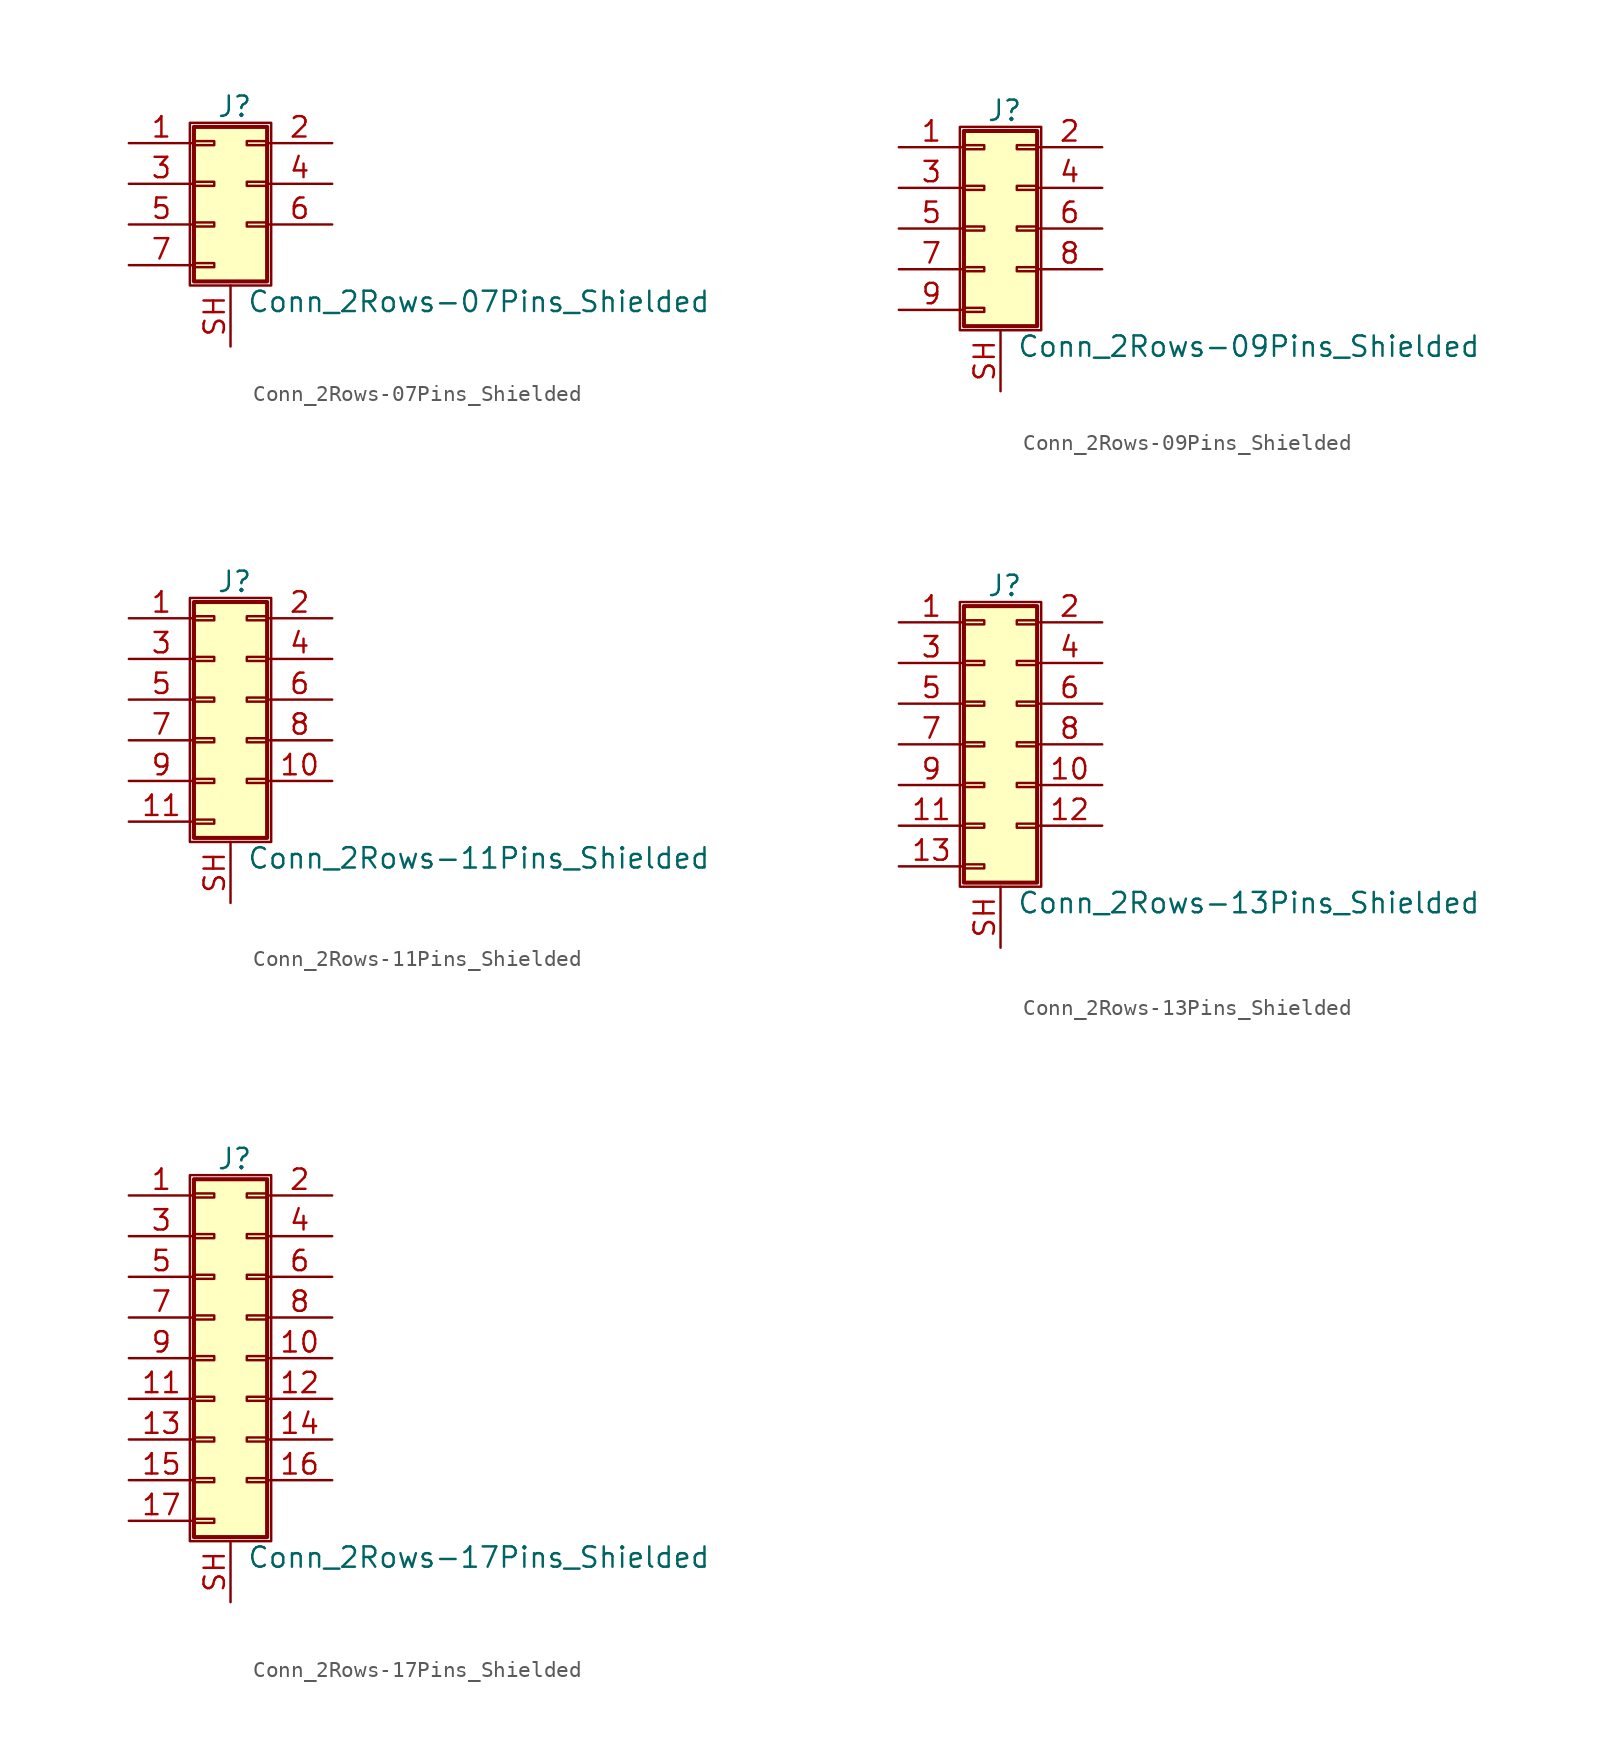
<source format=kicad_sym>
(kicad_symbol_lib
  (version 20220914)
  (generator kicad_symbol_editor)
  (symbol "Conn_2Rows-07Pins_Shielded"
    (pin_names
      (offset 1.016) hide)
    (property "Reference" "J"
      (at 1.524 4.826 0)
      (effects (font (size 1.27 1.27))))
    (property "Value" "Conn_2Rows-07Pins_Shielded"
      (at 2.286 -7.366 0)
      (effects (font (size 1.27 1.27)) (justify left)))
    (symbol "Conn_2Rows-07Pins_Shielded_1_1"
      (rectangle (start -1.27 3.81) (end 3.81 -6.35) (stroke (width 0.152) (type default)) (fill (type none)))
      (rectangle (start -1.016 -4.953) (end 0.254 -5.207) (stroke (width 0.152) (type default)) (fill (type none)))
      (rectangle (start -1.016 -2.413) (end 0.254 -2.667) (stroke (width 0.152) (type default)) (fill (type none)))
      (rectangle (start -1.016 0.127) (end 0.254 -0.127) (stroke (width 0.152) (type default)) (fill (type none)))
      (rectangle (start -1.016 2.667) (end 0.254 2.413) (stroke (width 0.152) (type default)) (fill (type none)))
      (rectangle (start -1.016 3.556) (end 3.556 -6.096) (stroke (width 0.254) (type default)) (fill (type background)))
      (rectangle (start 3.556 -2.413) (end 2.286 -2.667) (stroke (width 0.152) (type default)) (fill (type none)))
      (rectangle (start 3.556 0.127) (end 2.286 -0.127) (stroke (width 0.152) (type default)) (fill (type none)))
      (rectangle (start 3.556 2.667) (end 2.286 2.413) (stroke (width 0.152) (type default)) (fill (type none)))
      (pin passive line (at -5.08 2.54 0) (length 4.064) (name "Pin_1" (effects (font (size 1.27 1.27)))) (number "1" (effects (font (size 1.27 1.27)))))
      (pin passive line (at 7.62 2.54 180) (length 4.064) (name "Pin_2" (effects (font (size 1.27 1.27)))) (number "2" (effects (font (size 1.27 1.27)))))
      (pin passive line (at -5.08 0 0) (length 4.064) (name "Pin_3" (effects (font (size 1.27 1.27)))) (number "3" (effects (font (size 1.27 1.27)))))
      (pin passive line (at 7.62 0 180) (length 4.064) (name "Pin_4" (effects (font (size 1.27 1.27)))) (number "4" (effects (font (size 1.27 1.27)))))
      (pin passive line (at -5.08 -2.54 0) (length 4.064) (name "Pin_5" (effects (font (size 1.27 1.27)))) (number "5" (effects (font (size 1.27 1.27)))))
      (pin passive line (at 7.62 -2.54 180) (length 4.064) (name "Pin_6" (effects (font (size 1.27 1.27)))) (number "6" (effects (font (size 1.27 1.27)))))
      (pin passive line (at -5.08 -5.08 0) (length 4.064) (name "Pin_7" (effects (font (size 1.27 1.27)))) (number "7" (effects (font (size 1.27 1.27)))))
      (pin passive line (at 1.27 -10.16 90) (length 3.81) (name "Shield" (effects (font (size 1.27 1.27)))) (number "SH" (effects (font (size 1.27 1.27)))))))
  (symbol "Conn_2Rows-09Pins_Shielded"
    (pin_names
      (offset 1.016) hide)
    (property "Reference" "J"
      (at 1.524 7.366 0)
      (effects (font (size 1.27 1.27))))
    (property "Value" "Conn_2Rows-09Pins_Shielded"
      (at 2.286 -7.366 0)
      (effects (font (size 1.27 1.27)) (justify left)))
    (symbol "Conn_2Rows-09Pins_Shielded_1_1"
      (rectangle (start -1.27 6.35) (end 3.81 -6.35) (stroke (width 0.152) (type default)) (fill (type none)))
      (rectangle (start -1.016 -4.953) (end 0.254 -5.207) (stroke (width 0.152) (type default)) (fill (type none)))
      (rectangle (start -1.016 -2.413) (end 0.254 -2.667) (stroke (width 0.152) (type default)) (fill (type none)))
      (rectangle (start -1.016 0.127) (end 0.254 -0.127) (stroke (width 0.152) (type default)) (fill (type none)))
      (rectangle (start -1.016 2.667) (end 0.254 2.413) (stroke (width 0.152) (type default)) (fill (type none)))
      (rectangle (start -1.016 5.207) (end 0.254 4.953) (stroke (width 0.152) (type default)) (fill (type none)))
      (rectangle (start -1.016 6.096) (end 3.556 -6.096) (stroke (width 0.254) (type default)) (fill (type background)))
      (rectangle (start 3.556 -2.413) (end 2.286 -2.667) (stroke (width 0.152) (type default)) (fill (type none)))
      (rectangle (start 3.556 0.127) (end 2.286 -0.127) (stroke (width 0.152) (type default)) (fill (type none)))
      (rectangle (start 3.556 2.667) (end 2.286 2.413) (stroke (width 0.152) (type default)) (fill (type none)))
      (rectangle (start 3.556 5.207) (end 2.286 4.953) (stroke (width 0.152) (type default)) (fill (type none)))
      (pin passive line (at -5.08 5.08 0) (length 4.064) (name "Pin_1" (effects (font (size 1.27 1.27)))) (number "1" (effects (font (size 1.27 1.27)))))
      (pin passive line (at 7.62 5.08 180) (length 4.064) (name "Pin_2" (effects (font (size 1.27 1.27)))) (number "2" (effects (font (size 1.27 1.27)))))
      (pin passive line (at -5.08 2.54 0) (length 4.064) (name "Pin_3" (effects (font (size 1.27 1.27)))) (number "3" (effects (font (size 1.27 1.27)))))
      (pin passive line (at 7.62 2.54 180) (length 4.064) (name "Pin_4" (effects (font (size 1.27 1.27)))) (number "4" (effects (font (size 1.27 1.27)))))
      (pin passive line (at -5.08 0 0) (length 4.064) (name "Pin_5" (effects (font (size 1.27 1.27)))) (number "5" (effects (font (size 1.27 1.27)))))
      (pin passive line (at 7.62 0 180) (length 4.064) (name "Pin_6" (effects (font (size 1.27 1.27)))) (number "6" (effects (font (size 1.27 1.27)))))
      (pin passive line (at -5.08 -2.54 0) (length 4.064) (name "Pin_7" (effects (font (size 1.27 1.27)))) (number "7" (effects (font (size 1.27 1.27)))))
      (pin passive line (at 7.62 -2.54 180) (length 4.064) (name "Pin_8" (effects (font (size 1.27 1.27)))) (number "8" (effects (font (size 1.27 1.27)))))
      (pin passive line (at -5.08 -5.08 0) (length 4.064) (name "Pin_9" (effects (font (size 1.27 1.27)))) (number "9" (effects (font (size 1.27 1.27)))))
      (pin passive line (at 1.27 -10.16 90) (length 3.81) (name "Shield" (effects (font (size 1.27 1.27)))) (number "SH" (effects (font (size 1.27 1.27)))))))
  (symbol "Conn_2Rows-11Pins_Shielded"
    (pin_names
      (offset 1.016) hide)
    (property "Reference" "J"
      (at 1.524 7.366 0)
      (effects (font (size 1.27 1.27))))
    (property "Value" "Conn_2Rows-11Pins_Shielded"
      (at 2.286 -9.906 0)
      (effects (font (size 1.27 1.27)) (justify left)))
    (symbol "Conn_2Rows-11Pins_Shielded_1_1"
      (rectangle (start -1.27 6.35) (end 3.81 -8.89) (stroke (width 0.152) (type default)) (fill (type none)))
      (rectangle (start -1.016 -7.493) (end 0.254 -7.747) (stroke (width 0.152) (type default)) (fill (type none)))
      (rectangle (start -1.016 -4.953) (end 0.254 -5.207) (stroke (width 0.152) (type default)) (fill (type none)))
      (rectangle (start -1.016 -2.413) (end 0.254 -2.667) (stroke (width 0.152) (type default)) (fill (type none)))
      (rectangle (start -1.016 0.127) (end 0.254 -0.127) (stroke (width 0.152) (type default)) (fill (type none)))
      (rectangle (start -1.016 2.667) (end 0.254 2.413) (stroke (width 0.152) (type default)) (fill (type none)))
      (rectangle (start -1.016 5.207) (end 0.254 4.953) (stroke (width 0.152) (type default)) (fill (type none)))
      (rectangle (start -1.016 6.096) (end 3.556 -8.636) (stroke (width 0.254) (type default)) (fill (type background)))
      (rectangle (start 3.556 -4.953) (end 2.286 -5.207) (stroke (width 0.152) (type default)) (fill (type none)))
      (rectangle (start 3.556 -2.413) (end 2.286 -2.667) (stroke (width 0.152) (type default)) (fill (type none)))
      (rectangle (start 3.556 0.127) (end 2.286 -0.127) (stroke (width 0.152) (type default)) (fill (type none)))
      (rectangle (start 3.556 2.667) (end 2.286 2.413) (stroke (width 0.152) (type default)) (fill (type none)))
      (rectangle (start 3.556 5.207) (end 2.286 4.953) (stroke (width 0.152) (type default)) (fill (type none)))
      (pin passive line (at -5.08 5.08 0) (length 4.064) (name "Pin_1" (effects (font (size 1.27 1.27)))) (number "1" (effects (font (size 1.27 1.27)))))
      (pin passive line (at 7.62 -5.08 180) (length 4.064) (name "Pin_10" (effects (font (size 1.27 1.27)))) (number "10" (effects (font (size 1.27 1.27)))))
      (pin passive line (at -5.08 -7.62 0) (length 4.064) (name "Pin_11" (effects (font (size 1.27 1.27)))) (number "11" (effects (font (size 1.27 1.27)))))
      (pin passive line (at 7.62 5.08 180) (length 4.064) (name "Pin_2" (effects (font (size 1.27 1.27)))) (number "2" (effects (font (size 1.27 1.27)))))
      (pin passive line (at -5.08 2.54 0) (length 4.064) (name "Pin_3" (effects (font (size 1.27 1.27)))) (number "3" (effects (font (size 1.27 1.27)))))
      (pin passive line (at 7.62 2.54 180) (length 4.064) (name "Pin_4" (effects (font (size 1.27 1.27)))) (number "4" (effects (font (size 1.27 1.27)))))
      (pin passive line (at -5.08 0 0) (length 4.064) (name "Pin_5" (effects (font (size 1.27 1.27)))) (number "5" (effects (font (size 1.27 1.27)))))
      (pin passive line (at 7.62 0 180) (length 4.064) (name "Pin_6" (effects (font (size 1.27 1.27)))) (number "6" (effects (font (size 1.27 1.27)))))
      (pin passive line (at -5.08 -2.54 0) (length 4.064) (name "Pin_7" (effects (font (size 1.27 1.27)))) (number "7" (effects (font (size 1.27 1.27)))))
      (pin passive line (at 7.62 -2.54 180) (length 4.064) (name "Pin_8" (effects (font (size 1.27 1.27)))) (number "8" (effects (font (size 1.27 1.27)))))
      (pin passive line (at -5.08 -5.08 0) (length 4.064) (name "Pin_9" (effects (font (size 1.27 1.27)))) (number "9" (effects (font (size 1.27 1.27)))))
      (pin passive line (at 1.27 -12.7 90) (length 3.81) (name "Shield" (effects (font (size 1.27 1.27)))) (number "SH" (effects (font (size 1.27 1.27)))))))
  (symbol "Conn_2Rows-13Pins_Shielded"
    (pin_names
      (offset 1.016) hide)
    (property "Reference" "J"
      (at 1.524 9.906 0)
      (effects (font (size 1.27 1.27))))
    (property "Value" "Conn_2Rows-13Pins_Shielded"
      (at 2.286 -9.906 0)
      (effects (font (size 1.27 1.27)) (justify left)))
    (symbol "Conn_2Rows-13Pins_Shielded_1_1"
      (rectangle (start -1.27 8.89) (end 3.81 -8.89) (stroke (width 0.152) (type default)) (fill (type none)))
      (rectangle (start -1.016 -7.493) (end 0.254 -7.747) (stroke (width 0.152) (type default)) (fill (type none)))
      (rectangle (start -1.016 -4.953) (end 0.254 -5.207) (stroke (width 0.152) (type default)) (fill (type none)))
      (rectangle (start -1.016 -2.413) (end 0.254 -2.667) (stroke (width 0.152) (type default)) (fill (type none)))
      (rectangle (start -1.016 0.127) (end 0.254 -0.127) (stroke (width 0.152) (type default)) (fill (type none)))
      (rectangle (start -1.016 2.667) (end 0.254 2.413) (stroke (width 0.152) (type default)) (fill (type none)))
      (rectangle (start -1.016 5.207) (end 0.254 4.953) (stroke (width 0.152) (type default)) (fill (type none)))
      (rectangle (start -1.016 7.747) (end 0.254 7.493) (stroke (width 0.152) (type default)) (fill (type none)))
      (rectangle (start -1.016 8.636) (end 3.556 -8.636) (stroke (width 0.254) (type default)) (fill (type background)))
      (rectangle (start 3.556 -4.953) (end 2.286 -5.207) (stroke (width 0.152) (type default)) (fill (type none)))
      (rectangle (start 3.556 -2.413) (end 2.286 -2.667) (stroke (width 0.152) (type default)) (fill (type none)))
      (rectangle (start 3.556 0.127) (end 2.286 -0.127) (stroke (width 0.152) (type default)) (fill (type none)))
      (rectangle (start 3.556 2.667) (end 2.286 2.413) (stroke (width 0.152) (type default)) (fill (type none)))
      (rectangle (start 3.556 5.207) (end 2.286 4.953) (stroke (width 0.152) (type default)) (fill (type none)))
      (rectangle (start 3.556 7.747) (end 2.286 7.493) (stroke (width 0.152) (type default)) (fill (type none)))
      (pin passive line (at -5.08 7.62 0) (length 4.064) (name "Pin_1" (effects (font (size 1.27 1.27)))) (number "1" (effects (font (size 1.27 1.27)))))
      (pin passive line (at 7.62 -2.54 180) (length 4.064) (name "Pin_10" (effects (font (size 1.27 1.27)))) (number "10" (effects (font (size 1.27 1.27)))))
      (pin passive line (at -5.08 -5.08 0) (length 4.064) (name "Pin_11" (effects (font (size 1.27 1.27)))) (number "11" (effects (font (size 1.27 1.27)))))
      (pin passive line (at 7.62 -5.08 180) (length 4.064) (name "Pin_12" (effects (font (size 1.27 1.27)))) (number "12" (effects (font (size 1.27 1.27)))))
      (pin passive line (at -5.08 -7.62 0) (length 4.064) (name "Pin_13" (effects (font (size 1.27 1.27)))) (number "13" (effects (font (size 1.27 1.27)))))
      (pin passive line (at 7.62 7.62 180) (length 4.064) (name "Pin_2" (effects (font (size 1.27 1.27)))) (number "2" (effects (font (size 1.27 1.27)))))
      (pin passive line (at -5.08 5.08 0) (length 4.064) (name "Pin_3" (effects (font (size 1.27 1.27)))) (number "3" (effects (font (size 1.27 1.27)))))
      (pin passive line (at 7.62 5.08 180) (length 4.064) (name "Pin_4" (effects (font (size 1.27 1.27)))) (number "4" (effects (font (size 1.27 1.27)))))
      (pin passive line (at -5.08 2.54 0) (length 4.064) (name "Pin_5" (effects (font (size 1.27 1.27)))) (number "5" (effects (font (size 1.27 1.27)))))
      (pin passive line (at 7.62 2.54 180) (length 4.064) (name "Pin_6" (effects (font (size 1.27 1.27)))) (number "6" (effects (font (size 1.27 1.27)))))
      (pin passive line (at -5.08 0 0) (length 4.064) (name "Pin_7" (effects (font (size 1.27 1.27)))) (number "7" (effects (font (size 1.27 1.27)))))
      (pin passive line (at 7.62 0 180) (length 4.064) (name "Pin_8" (effects (font (size 1.27 1.27)))) (number "8" (effects (font (size 1.27 1.27)))))
      (pin passive line (at -5.08 -2.54 0) (length 4.064) (name "Pin_9" (effects (font (size 1.27 1.27)))) (number "9" (effects (font (size 1.27 1.27)))))
      (pin passive line (at 1.27 -12.7 90) (length 3.81) (name "Shield" (effects (font (size 1.27 1.27)))) (number "SH" (effects (font (size 1.27 1.27)))))))
  (symbol "Conn_2Rows-17Pins_Shielded"
    (pin_names
      (offset 1.016) hide)
    (property "Reference" "J"
      (at 1.524 12.446 0)
      (effects (font (size 1.27 1.27))))
    (property "Value" "Conn_2Rows-17Pins_Shielded"
      (at 2.286 -12.446 0)
      (effects (font (size 1.27 1.27)) (justify left)))
    (symbol "Conn_2Rows-17Pins_Shielded_1_1"
      (rectangle (start -1.27 11.43) (end 3.81 -11.43) (stroke (width 0.152) (type default)) (fill (type none)))
      (rectangle (start -1.016 -10.033) (end 0.254 -10.287) (stroke (width 0.152) (type default)) (fill (type none)))
      (rectangle (start -1.016 -7.493) (end 0.254 -7.747) (stroke (width 0.152) (type default)) (fill (type none)))
      (rectangle (start -1.016 -4.953) (end 0.254 -5.207) (stroke (width 0.152) (type default)) (fill (type none)))
      (rectangle (start -1.016 -2.413) (end 0.254 -2.667) (stroke (width 0.152) (type default)) (fill (type none)))
      (rectangle (start -1.016 0.127) (end 0.254 -0.127) (stroke (width 0.152) (type default)) (fill (type none)))
      (rectangle (start -1.016 2.667) (end 0.254 2.413) (stroke (width 0.152) (type default)) (fill (type none)))
      (rectangle (start -1.016 5.207) (end 0.254 4.953) (stroke (width 0.152) (type default)) (fill (type none)))
      (rectangle (start -1.016 7.747) (end 0.254 7.493) (stroke (width 0.152) (type default)) (fill (type none)))
      (rectangle (start -1.016 10.287) (end 0.254 10.033) (stroke (width 0.152) (type default)) (fill (type none)))
      (rectangle (start -1.016 11.176) (end 3.556 -11.176) (stroke (width 0.254) (type default)) (fill (type background)))
      (rectangle (start 3.556 -7.493) (end 2.286 -7.747) (stroke (width 0.152) (type default)) (fill (type none)))
      (rectangle (start 3.556 -4.953) (end 2.286 -5.207) (stroke (width 0.152) (type default)) (fill (type none)))
      (rectangle (start 3.556 -2.413) (end 2.286 -2.667) (stroke (width 0.152) (type default)) (fill (type none)))
      (rectangle (start 3.556 0.127) (end 2.286 -0.127) (stroke (width 0.152) (type default)) (fill (type none)))
      (rectangle (start 3.556 2.667) (end 2.286 2.413) (stroke (width 0.152) (type default)) (fill (type none)))
      (rectangle (start 3.556 5.207) (end 2.286 4.953) (stroke (width 0.152) (type default)) (fill (type none)))
      (rectangle (start 3.556 7.747) (end 2.286 7.493) (stroke (width 0.152) (type default)) (fill (type none)))
      (rectangle (start 3.556 10.287) (end 2.286 10.033) (stroke (width 0.152) (type default)) (fill (type none)))
      (pin passive line (at -5.08 10.16 0) (length 4.064) (name "Pin_1" (effects (font (size 1.27 1.27)))) (number "1" (effects (font (size 1.27 1.27)))))
      (pin passive line (at 7.62 0 180) (length 4.064) (name "Pin_10" (effects (font (size 1.27 1.27)))) (number "10" (effects (font (size 1.27 1.27)))))
      (pin passive line (at -5.08 -2.54 0) (length 4.064) (name "Pin_11" (effects (font (size 1.27 1.27)))) (number "11" (effects (font (size 1.27 1.27)))))
      (pin passive line (at 7.62 -2.54 180) (length 4.064) (name "Pin_12" (effects (font (size 1.27 1.27)))) (number "12" (effects (font (size 1.27 1.27)))))
      (pin passive line (at -5.08 -5.08 0) (length 4.064) (name "Pin_13" (effects (font (size 1.27 1.27)))) (number "13" (effects (font (size 1.27 1.27)))))
      (pin passive line (at 7.62 -5.08 180) (length 4.064) (name "Pin_14" (effects (font (size 1.27 1.27)))) (number "14" (effects (font (size 1.27 1.27)))))
      (pin passive line (at -5.08 -7.62 0) (length 4.064) (name "Pin_15" (effects (font (size 1.27 1.27)))) (number "15" (effects (font (size 1.27 1.27)))))
      (pin passive line (at 7.62 -7.62 180) (length 4.064) (name "Pin_16" (effects (font (size 1.27 1.27)))) (number "16" (effects (font (size 1.27 1.27)))))
      (pin passive line (at -5.08 -10.16 0) (length 4.064) (name "Pin_17" (effects (font (size 1.27 1.27)))) (number "17" (effects (font (size 1.27 1.27)))))
      (pin passive line (at 7.62 10.16 180) (length 4.064) (name "Pin_2" (effects (font (size 1.27 1.27)))) (number "2" (effects (font (size 1.27 1.27)))))
      (pin passive line (at -5.08 7.62 0) (length 4.064) (name "Pin_3" (effects (font (size 1.27 1.27)))) (number "3" (effects (font (size 1.27 1.27)))))
      (pin passive line (at 7.62 7.62 180) (length 4.064) (name "Pin_4" (effects (font (size 1.27 1.27)))) (number "4" (effects (font (size 1.27 1.27)))))
      (pin passive line (at -5.08 5.08 0) (length 4.064) (name "Pin_5" (effects (font (size 1.27 1.27)))) (number "5" (effects (font (size 1.27 1.27)))))
      (pin passive line (at 7.62 5.08 180) (length 4.064) (name "Pin_6" (effects (font (size 1.27 1.27)))) (number "6" (effects (font (size 1.27 1.27)))))
      (pin passive line (at -5.08 2.54 0) (length 4.064) (name "Pin_7" (effects (font (size 1.27 1.27)))) (number "7" (effects (font (size 1.27 1.27)))))
      (pin passive line (at 7.62 2.54 180) (length 4.064) (name "Pin_8" (effects (font (size 1.27 1.27)))) (number "8" (effects (font (size 1.27 1.27)))))
      (pin passive line (at -5.08 0 0) (length 4.064) (name "Pin_9" (effects (font (size 1.27 1.27)))) (number "9" (effects (font (size 1.27 1.27)))))
      (pin passive line (at 1.27 -15.24 90) (length 3.81) (name "Shield" (effects (font (size 1.27 1.27)))) (number "SH" (effects (font (size 1.27 1.27))))))))
</source>
